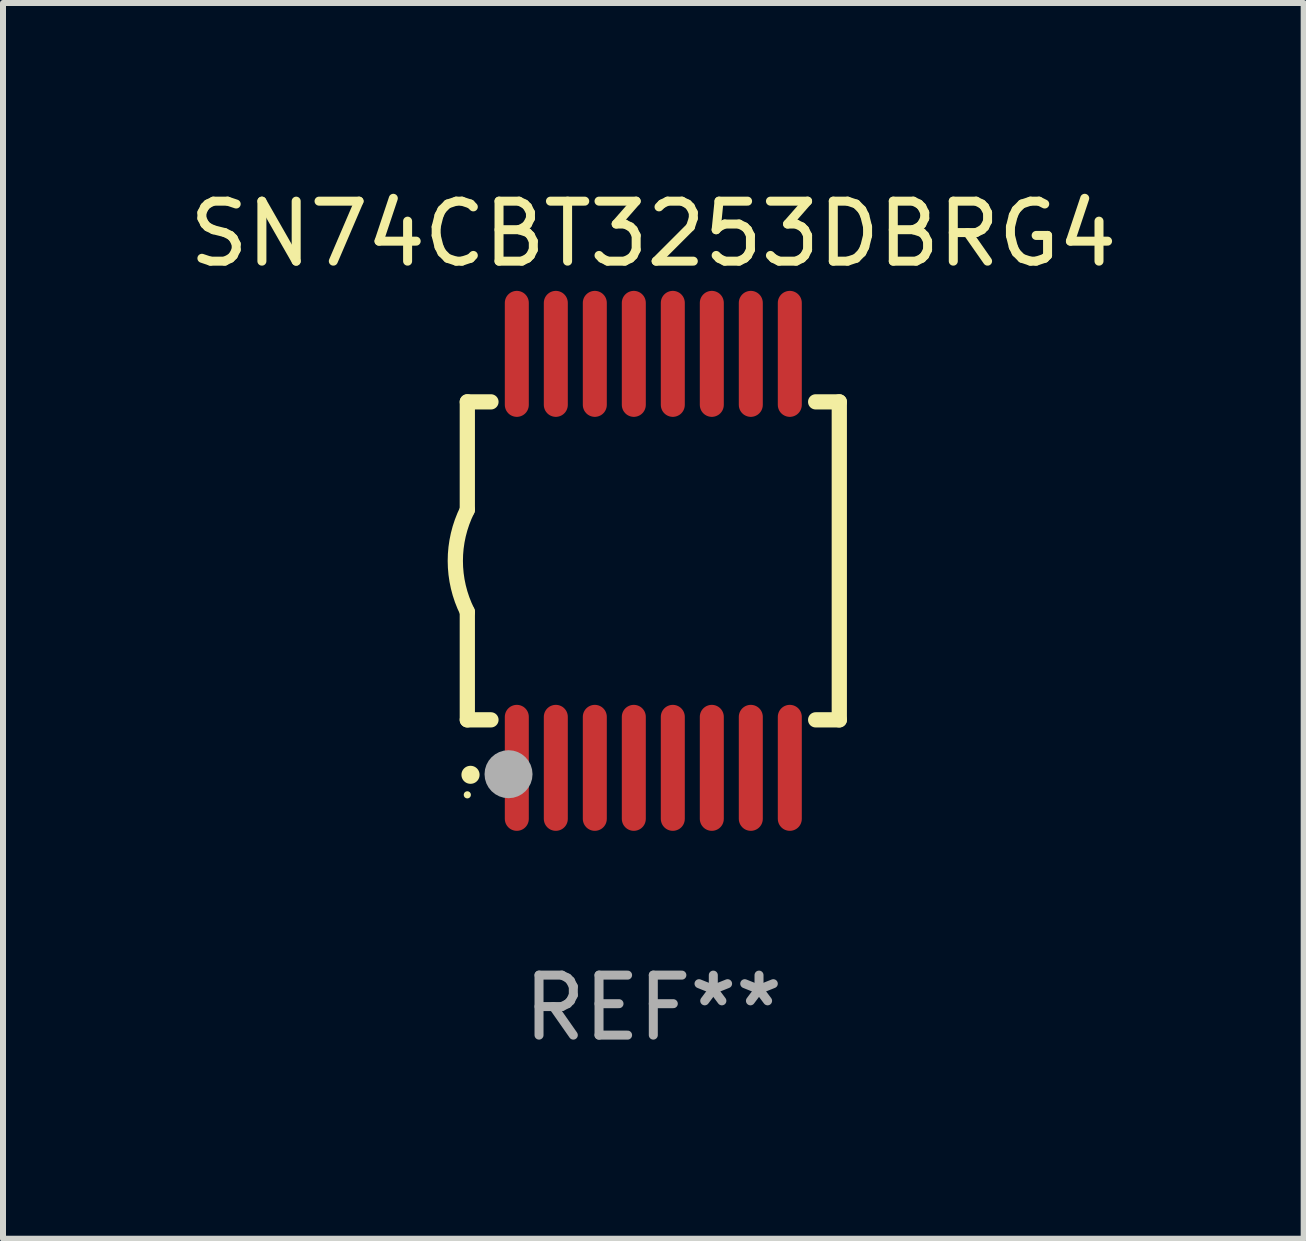
<source format=kicad_pcb>
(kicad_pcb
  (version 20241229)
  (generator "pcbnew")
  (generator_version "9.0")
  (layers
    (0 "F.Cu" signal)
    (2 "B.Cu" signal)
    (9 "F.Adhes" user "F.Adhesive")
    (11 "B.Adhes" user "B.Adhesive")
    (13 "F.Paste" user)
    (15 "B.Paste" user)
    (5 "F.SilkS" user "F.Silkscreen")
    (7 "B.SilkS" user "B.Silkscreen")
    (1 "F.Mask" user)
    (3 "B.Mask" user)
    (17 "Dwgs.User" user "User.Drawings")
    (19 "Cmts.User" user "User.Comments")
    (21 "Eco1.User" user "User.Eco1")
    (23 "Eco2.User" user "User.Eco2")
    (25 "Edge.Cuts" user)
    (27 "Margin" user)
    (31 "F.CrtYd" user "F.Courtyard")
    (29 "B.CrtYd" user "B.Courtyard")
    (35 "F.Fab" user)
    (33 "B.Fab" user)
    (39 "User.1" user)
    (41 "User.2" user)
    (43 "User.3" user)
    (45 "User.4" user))
  (footprint "SN74CBT3253DBRG4"
    (layer "F.Cu")
    (at 7.839 6.298)
    (property "Reference" "SN74CBT3253DBRG4" (at 0 -5.45 0) (layer "F.SilkS") (effects (font (size 1 1) (thickness 0.15))))
    (attr through_hole)
    (fp_line (start -3.1 -2.65) (end -3.1 -0.85) (stroke (width 0.254) (type solid)) (layer "F.SilkS"))
    (fp_line (start -3.1 -2.65) (end -2.706 -2.65) (stroke (width 0.254) (type solid)) (layer "F.SilkS"))
    (fp_line (start -3.1 2.65) (end -3.1 0.85) (stroke (width 0.254) (type solid)) (layer "F.SilkS"))
    (fp_line (start -3.1 2.65) (end -2.706 2.65) (stroke (width 0.254) (type solid)) (layer "F.SilkS"))
    (fp_line (start 2.706 -2.65) (end 3.1 -2.65) (stroke (width 0.254) (type solid)) (layer "F.SilkS"))
    (fp_line (start 2.706 2.65) (end 3.1 2.65) (stroke (width 0.254) (type solid)) (layer "F.SilkS"))
    (fp_line (start 3.1 -2.65) (end 3.1 2.65) (stroke (width 0.254) (type solid)) (layer "F.SilkS"))
    (fp_arc (start -3.098907 0.850902) (mid -3.300057 0.000523) (end -3.1 -0.850114) (stroke (width 0.254001) (type solid)) (layer "F.SilkS"))
    (fp_arc (start -3.048006 3.566066) (mid -3.046736 3.566061) (end -3.045466 3.566066) (stroke (width 0.3) (type solid)) (layer "F.SilkS"))
    (fp_circle (center -3.1 3.9) (end -3.07 3.9) (stroke (width 0.06) (type solid)) (fill no) (layer "F.SilkS"))
    (fp_circle (center -2.413 3.556) (end -2.213 3.556) (stroke (width 0.4) (type solid)) (fill no) (layer "F.Fab"))
    (fp_text user "REF**" (at 0 7.45 0) (layer "F.Fab") (effects (font (size 1 1) (thickness 0.15))))
    (pad "1" smd oval (at -2.275 3.45 180) (size 0.4 2.1) (layers "F.Cu" "F.Mask" "F.Paste"))
    (pad "2" smd oval (at -1.625 3.45 180) (size 0.4 2.1) (layers "F.Cu" "F.Mask" "F.Paste"))
    (pad "3" smd oval (at -0.975 3.45 180) (size 0.4 2.1) (layers "F.Cu" "F.Mask" "F.Paste"))
    (pad "4" smd oval (at -0.325 3.45 180) (size 0.4 2.1) (layers "F.Cu" "F.Mask" "F.Paste"))
    (pad "5" smd oval (at 0.325 3.45 180) (size 0.4 2.1) (layers "F.Cu" "F.Mask" "F.Paste"))
    (pad "6" smd oval (at 0.975 3.45 180) (size 0.4 2.1) (layers "F.Cu" "F.Mask" "F.Paste"))
    (pad "7" smd oval (at 1.625 3.45 180) (size 0.4 2.1) (layers "F.Cu" "F.Mask" "F.Paste"))
    (pad "8" smd oval (at 2.275 3.45 180) (size 0.4 2.1) (layers "F.Cu" "F.Mask" "F.Paste"))
    (pad "9" smd oval (at 2.275 -3.45 180) (size 0.4 2.1) (layers "F.Cu" "F.Mask" "F.Paste"))
    (pad "10" smd oval (at 1.625 -3.45 180) (size 0.4 2.1) (layers "F.Cu" "F.Mask" "F.Paste"))
    (pad "11" smd oval (at 0.975 -3.45 180) (size 0.4 2.1) (layers "F.Cu" "F.Mask" "F.Paste"))
    (pad "12" smd oval (at 0.325 -3.45 180) (size 0.4 2.1) (layers "F.Cu" "F.Mask" "F.Paste"))
    (pad "13" smd oval (at -0.325 -3.45 180) (size 0.4 2.1) (layers "F.Cu" "F.Mask" "F.Paste"))
    (pad "14" smd oval (at -0.975 -3.45 180) (size 0.4 2.1) (layers "F.Cu" "F.Mask" "F.Paste"))
    (pad "15" smd oval (at -1.625 -3.45 180) (size 0.4 2.1) (layers "F.Cu" "F.Mask" "F.Paste"))
    (pad "16" smd oval (at -2.275 -3.45 180) (size 0.4 2.1) (layers "F.Cu" "F.Mask" "F.Paste")))
  (gr_rect
    (start -3 -3)
    (end 18.679 17.597)
    (stroke (width 0.1) (type default))
    (fill no)
    (layer "Edge.Cuts")))
</source>
